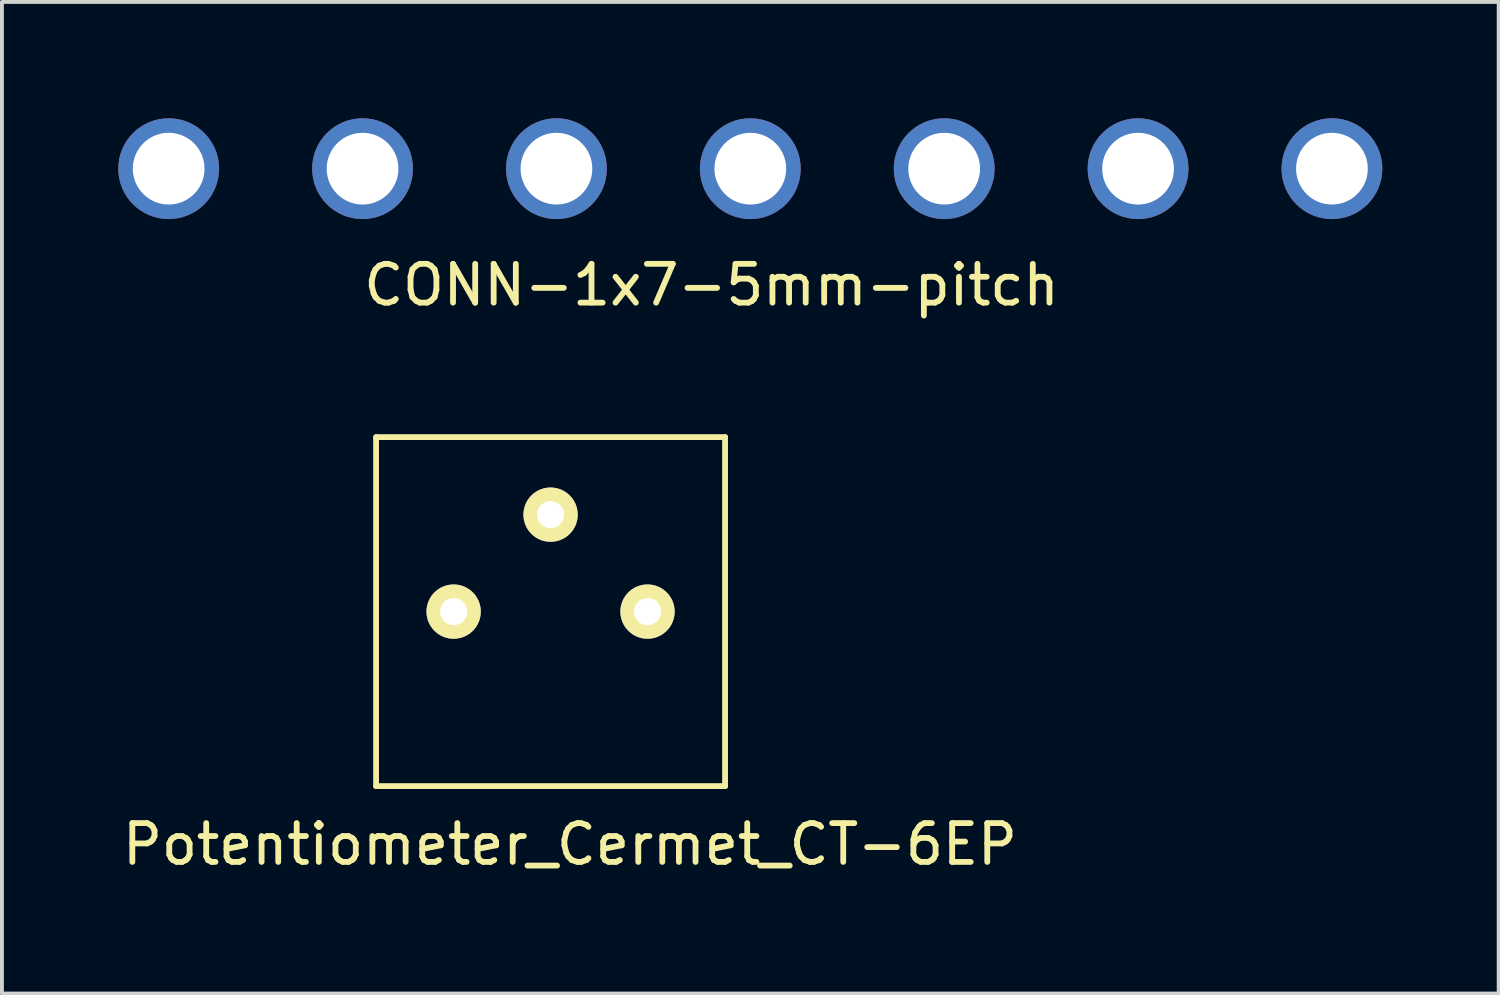
<source format=kicad_pcb>
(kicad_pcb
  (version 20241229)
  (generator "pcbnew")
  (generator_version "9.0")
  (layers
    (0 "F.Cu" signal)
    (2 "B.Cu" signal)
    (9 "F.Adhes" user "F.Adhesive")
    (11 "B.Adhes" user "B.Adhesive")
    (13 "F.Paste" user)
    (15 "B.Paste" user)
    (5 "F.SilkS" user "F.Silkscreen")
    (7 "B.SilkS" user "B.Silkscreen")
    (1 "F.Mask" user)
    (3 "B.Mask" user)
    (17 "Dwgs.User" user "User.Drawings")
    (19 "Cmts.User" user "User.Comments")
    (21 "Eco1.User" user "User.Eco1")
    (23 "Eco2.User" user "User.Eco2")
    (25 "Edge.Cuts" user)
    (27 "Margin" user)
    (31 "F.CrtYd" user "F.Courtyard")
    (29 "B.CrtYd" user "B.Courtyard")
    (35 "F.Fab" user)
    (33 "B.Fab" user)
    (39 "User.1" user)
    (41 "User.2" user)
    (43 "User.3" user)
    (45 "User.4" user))
  (footprint "Potentiometer_Cermet_CT-6EP"
    (layer "F.Cu")
    (at 11.149 12.723)
    (property "Reference" "Potentiometer_Cermet_CT-6EP" (at 0.5 6 0) (layer "F.SilkS") (effects (font (size 1 1) (thickness 0.15))))
    (attr through_hole)
    (fp_line (start -4.5 -4.5) (end 4.5 -4.5) (stroke (width 0.15) (type solid)) (layer "F.SilkS"))
    (fp_line (start -4.5 4.5) (end -4.5 -4.5) (stroke (width 0.15) (type solid)) (layer "F.SilkS"))
    (fp_line (start 4.5 -4.5) (end 4.5 4.5) (stroke (width 0.15) (type solid)) (layer "F.SilkS"))
    (fp_line (start 4.5 4.5) (end -4.5 4.5) (stroke (width 0.15) (type solid)) (layer "F.SilkS"))
    (pad "1" thru_hole circle (at -2.5 0) (size 1.4 1.4) (drill 0.7) (layers "*.Cu" "*.Mask" "F.SilkS"))
    (pad "2" thru_hole circle (at 0 -2.5) (size 1.4 1.4) (drill 0.7) (layers "*.Cu" "*.Mask" "F.SilkS"))
    (pad "3" thru_hole circle (at 2.5 0) (size 1.4 1.4) (drill 0.7) (layers "*.Cu" "*.Mask" "F.SilkS")))
  (footprint "CONN-1x7-5mm-pitch"
    (layer "F.Cu")
    (at 1.3 1.3)
    (property "Reference" "CONN-1x7-5mm-pitch" (at 14 3 0) (layer "F.SilkS") (effects (font (size 1 1) (thickness 0.15))))
    (attr through_hole)
    (pad "1" thru_hole circle (at 0 0) (size 2.6 2.6) (drill 1.85) (layers "*.Cu" "*.Mask"))
    (pad "2" thru_hole circle (at 5 0) (size 2.6 2.6) (drill 1.85) (layers "*.Cu" "*.Mask"))
    (pad "3" thru_hole circle (at 10 0) (size 2.6 2.6) (drill 1.85) (layers "*.Cu" "*.Mask"))
    (pad "4" thru_hole circle (at 15 0) (size 2.6 2.6) (drill 1.85) (layers "*.Cu" "*.Mask"))
    (pad "5" thru_hole circle (at 20 0) (size 2.6 2.6) (drill 1.85) (layers "*.Cu" "*.Mask"))
    (pad "6" thru_hole circle (at 25 0) (size 2.6 2.6) (drill 1.85) (layers "*.Cu" "*.Mask"))
    (pad "7" thru_hole circle (at 30 0) (size 2.6 2.6) (drill 1.85) (layers "*.Cu" "*.Mask")))
  (gr_rect
    (start -3 -3)
    (end 35.6 22.572)
    (stroke (width 0.1) (type default))
    (fill no)
    (layer "Edge.Cuts")))
</source>
